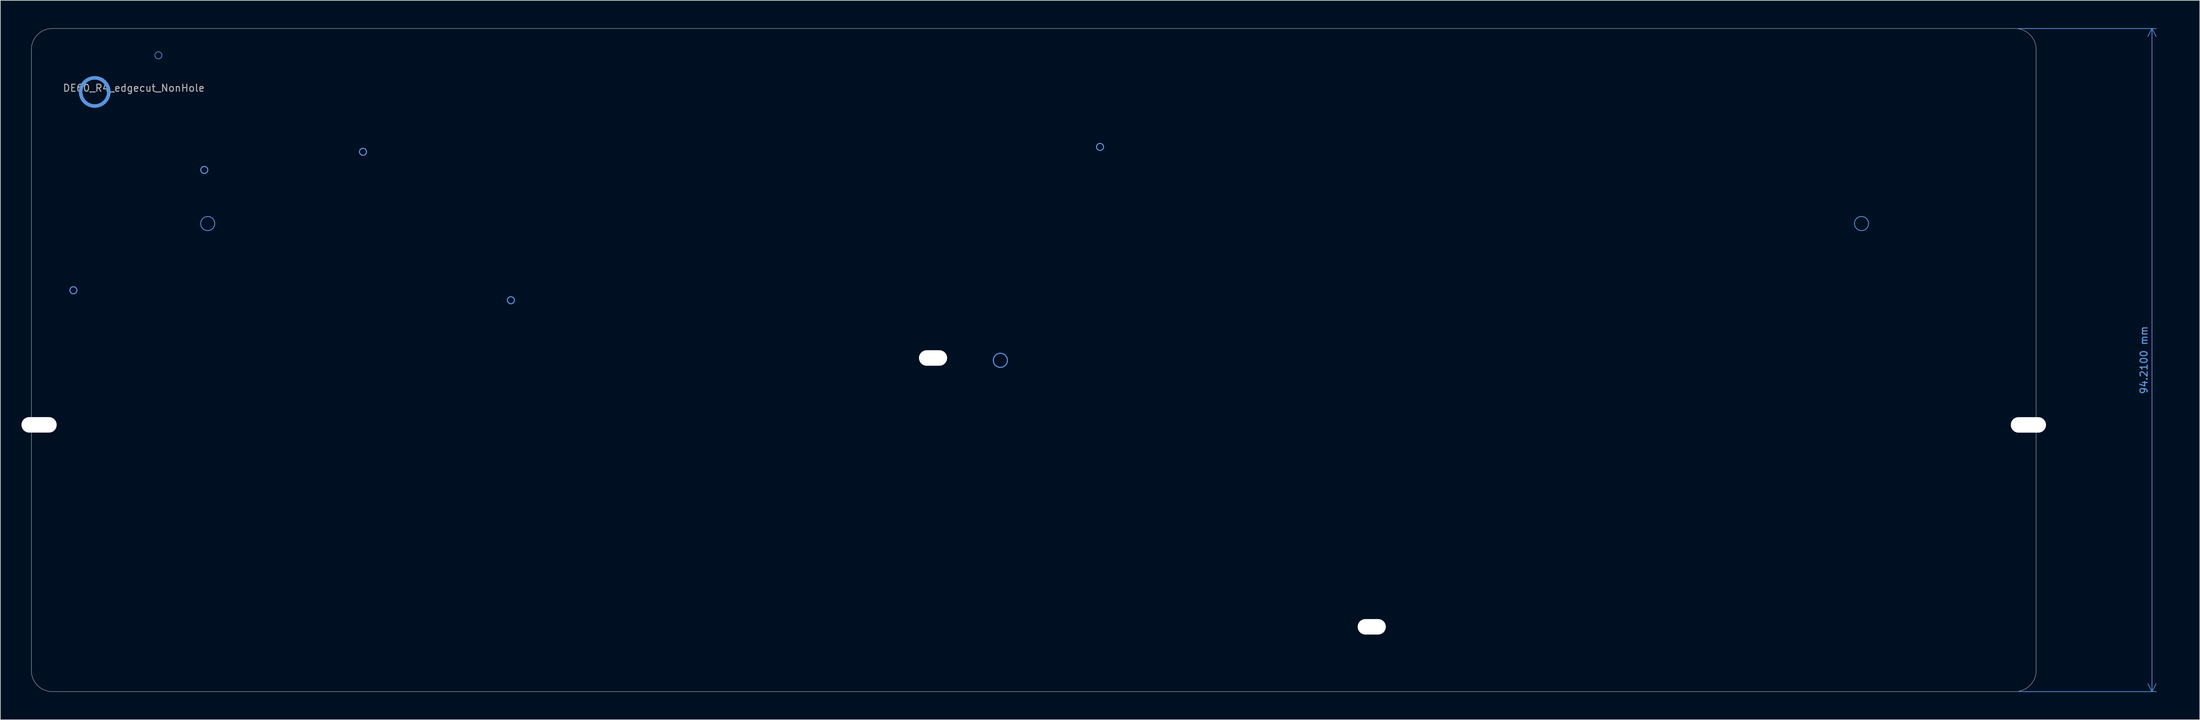
<source format=kicad_pcb>
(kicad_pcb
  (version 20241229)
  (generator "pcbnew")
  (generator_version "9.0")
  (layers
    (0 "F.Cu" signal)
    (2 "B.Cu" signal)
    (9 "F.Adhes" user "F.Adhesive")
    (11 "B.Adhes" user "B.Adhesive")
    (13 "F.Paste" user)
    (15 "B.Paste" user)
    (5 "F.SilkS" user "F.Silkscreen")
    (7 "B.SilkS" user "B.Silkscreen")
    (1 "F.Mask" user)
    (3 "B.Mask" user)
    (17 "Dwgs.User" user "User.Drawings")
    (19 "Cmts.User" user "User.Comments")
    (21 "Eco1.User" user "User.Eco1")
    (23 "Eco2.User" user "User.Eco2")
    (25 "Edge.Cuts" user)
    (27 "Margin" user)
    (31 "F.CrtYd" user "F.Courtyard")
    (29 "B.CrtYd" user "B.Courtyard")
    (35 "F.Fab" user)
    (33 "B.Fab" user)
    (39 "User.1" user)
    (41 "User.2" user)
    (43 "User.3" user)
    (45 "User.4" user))
  (footprint "DE60_R4_edgecut_NonHole"
    (layer "F.Cu")
    (at 10.4 10.01)
    (property "Reference" "DE60_R4_edgecut_NonHole" (at 5.55 -0.55 0) (unlocked yes) (layer "F.Fab") (effects (font (size 1 1) (thickness 0.15))))
    (fp_poly (pts (arc (start -9.000012 82.200002) (mid -8.121331 84.321321) (end -6.000012 85.200002)) (arc (start 272.7 85.200002) (mid 274.82132 84.321321) (end 275.7 82.200002)) (arc (start 275.700006 -6.01) (mid 274.821293 -8.131289) (end 272.700006 -9.01)) (arc (start -6.000006 -9.01) (mid -8.121325 -8.131319) (end -9.000006 -6.01)) (xy -9 82.2)) (stroke (width 2) (type solid)) (fill no) (layer "F.Mask"))
    (fp_circle (center -7.9 47.3) (end -7.9 46.3) (stroke (width 0.1) (type default)) (fill no) (layer "Cmts.User"))
    (fp_circle (center -3.023 28.179) (end -3.023 27.679) (stroke (width 0.15) (type default)) (fill no) (layer "Cmts.User"))
    (fp_circle (center 0 0) (end 2 0) (stroke (width 0.5) (type solid)) (fill no) (layer "Cmts.User"))
    (fp_circle (center 0 0) (end 2 0) (stroke (width 0.5) (type solid)) (fill no) (layer "Cmts.User"))
    (fp_circle (center 9.05 -5.2) (end 9.05 -5.7) (stroke (width 0.1) (type default)) (fill no) (layer "Cmts.User"))
    (fp_circle (center 15.56 11.085) (end 16.06 11.085) (stroke (width 0.15) (type default)) (fill no) (layer "Cmts.User"))
    (fp_circle (center 16.05 18.7) (end 16.05 17.7) (stroke (width 0.1) (type default)) (fill no) (layer "Cmts.User"))
    (fp_circle (center 16.05 18.7) (end 16.05 17.7) (stroke (width 0.1) (type default)) (fill no) (layer "Cmts.User"))
    (fp_circle (center 38.1 8.505) (end 38.6 8.505) (stroke (width 0.15) (type default)) (fill no) (layer "Cmts.User"))
    (fp_circle (center 59.102 29.595) (end 59.602 29.595) (stroke (width 0.15) (type default)) (fill no) (layer "Cmts.User"))
    (fp_circle (center 119.05 37.8) (end 119.05 36.8) (stroke (width 0.1) (type default)) (fill no) (layer "Cmts.User"))
    (fp_circle (center 128.61 38.13) (end 129.61 38.13) (stroke (width 0.15) (type default)) (fill no) (layer "Cmts.User"))
    (fp_circle (center 142.768 7.809) (end 142.768 7.309) (stroke (width 0.15) (type default)) (fill no) (layer "Cmts.User"))
    (fp_circle (center 181.35 75.991) (end 181.35 74.991) (stroke (width 0.1) (type default)) (fill no) (layer "Cmts.User"))
    (fp_circle (center 250.9 18.7) (end 250.9 17.7) (stroke (width 0.1) (type default)) (fill no) (layer "Cmts.User"))
    (fp_circle (center 250.9 18.7) (end 250.9 17.7) (stroke (width 0.1) (type default)) (fill no) (layer "Cmts.User"))
    (fp_circle (center 274.6 47.308) (end 274.6 46.308) (stroke (width 0.1) (type default)) (fill no) (layer "Cmts.User"))
    (fp_line (start -9 -6.01) (end -9 82.2) (stroke (width 0.05) (type solid)) (layer "Edge.Cuts"))
    (fp_line (start 272.7 85.2) (end -6 85.2) (stroke (width 0.05) (type default)) (layer "Edge.Cuts"))
    (fp_line (start 272.7 -9.01) (end -6 -9.01) (stroke (width 0.05) (type default)) (layer "Edge.Cuts"))
    (fp_line (start 275.7 -6.01) (end 275.7 82.2) (stroke (width 0.05) (type solid)) (layer "Edge.Cuts"))
    (fp_arc (start -9.000006 -6.01) (mid -8.121325 -8.131319) (end -6.000006 -9.01) (stroke (width 0.05) (type solid)) (layer "Edge.Cuts"))
    (fp_arc (start -6.000012 85.200002) (mid -8.12133 84.321321) (end -9.000012 82.200002) (stroke (width 0.05) (type solid)) (layer "Edge.Cuts"))
    (fp_arc (start 272.700006 -9.01) (mid 274.821297 -8.131291) (end 275.700006 -6.01) (stroke (width 0.05) (type solid)) (layer "Edge.Cuts"))
    (fp_arc (start 275.7 82.200002) (mid 274.821326 84.32133) (end 272.7 85.200002) (stroke (width 0.05) (type solid)) (layer "Edge.Cuts"))
    (dimension (type aligned) (layer "Cmts.User") (pts (xy 283.1 1) (xy 283.1 95.21)) (height -19.451) (format (prefix "") (suffix "") (units 3) (units_format 1) (precision 4)) (style (thickness 0.1) (arrow_length 1.27) (text_position_mode 0) (arrow_direction outward) (extension_height 0.586) (extension_offset 0.5) (keep_text_aligned yes)) (gr_text "94.2100 mm" (at 301.401 48.105 90) (layer "Cmts.User") (effects (font (size 1 1) (thickness 0.15)))))
    (pad "" np_thru_hole oval (at -7.9 47.3 180) (size 5 2.2) (drill oval 5 2.2) (layers "*.Cu" "*.Mask"))
    (pad "" np_thru_hole oval (at 119.05 37.8) (size 4 2.2) (drill oval 4 2.2) (layers "*.Cu" "*.Mask"))
    (pad "" np_thru_hole oval (at 181.35 75.991) (size 4 2.2) (drill oval 4 2.2) (layers "*.Cu" "*.Mask"))
    (pad "" np_thru_hole oval (at 274.6 47.308) (size 5 2.2) (drill oval 5 2.2) (layers "*.Cu" "*.Mask"))
    (zone (net_name "") (layers "F.Cu" "B.Cu" "Edge.Cuts") (hatch edge 0.5) (connect_pads) (min_thickness 0.25) (filled_areas_thickness no) (keepout (tracks allowed) (vias allowed) (pads allowed) (copperpour not_allowed) (footprints allowed)) (placement (enabled no)) (fill) (polygon (pts (arc (start 7.875076 54.718023) (mid 7.757919 54.43518) (end 7.475076 54.318023)) (arc (start 3.400006 54.318023) (mid 1.985792 53.732237) (end 1.400006 52.318023)) (arc (start 1.4 62.318024) (mid 1.985786 60.90381) (end 3.4 60.318024)) (arc (start 7.475076 60.318024) (mid 7.757919 60.200867) (end 7.875076 59.918024)))))
    (zone (net_name "") (layers "F.Cu" "B.Cu" "Edge.Cuts") (hatch edge 0.5) (connect_pads) (min_thickness 0.25) (filled_areas_thickness no) (keepout (tracks allowed) (vias allowed) (pads allowed) (copperpour not_allowed) (footprints allowed)) (placement (enabled no)) (fill) (polygon (pts (arc (start 279.624936 59.910001) (mid 279.742093 60.192844) (end 280.024936 60.310001)) (arc (start 284.100006 60.310001) (mid 285.51422 60.895787) (end 286.100006 62.310001)) (arc (start 286.100012 52.31) (mid 285.514226 53.724214) (end 284.100012 54.31)) (arc (start 280.024936 54.31) (mid 279.742093 54.427157) (end 279.624936 54.71)))))
    (zone (net_name "") (layers "F.Cu" "B.Cu" "Edge.Cuts") (hatch edge 0.5) (connect_pads) (min_thickness 0.25) (filled_areas_thickness no) (keepout (tracks allowed) (vias allowed) (pads allowed) (copperpour not_allowed) (footprints allowed)) (placement (enabled no)) (fill) (polygon (pts (arc (start 28.750007 35.359708) (mid 29.03285 35.242551) (end 29.150007 34.959708)) (arc (start 29.150006 28.710312) (mid 26.450007 26.010313) (end 23.750008 28.710312)) (arc (start 23.750007 34.959708) (mid 23.867164 35.242551) (end 24.150007 35.359708)))))
    (zone (net_name "") (layers "F.Cu" "B.Cu" "Edge.Cuts") (hatch edge 0.5) (connect_pads) (min_thickness 0.25) (filled_areas_thickness no) (keepout (tracks allowed) (vias allowed) (pads allowed) (copperpour not_allowed) (footprints allowed)) (placement (enabled no)) (fill) (polygon (pts (arc (start 263.600007 35.359708) (mid 263.88285 35.242551) (end 264.000007 34.959708)) (arc (start 264.000006 28.710312) (mid 261.300007 26.010313) (end 258.600008 28.710312)) (arc (start 258.600007 34.959708) (mid 258.717164 35.242551) (end 259.000007 35.359708)))))
    (zone (net_name "") (layers "F.Cu" "B.Cu" "Edge.Cuts") (hatch edge 0.5) (connect_pads) (min_thickness 0.25) (filled_areas_thickness no) (keepout (tracks allowed) (vias allowed) (pads allowed) (copperpour not_allowed) (footprints allowed)) (placement (enabled no)) (fill) (polygon (pts (arc (start 5.247561 38.224851) (mid 3.232549 39.892365) (end 1.733324 42.035542)) (arc (start 1.733324 42.035542) (mid 1.48452 42.702802) (end 1.399994 43.409905)) (arc (start 1.399994 28.710096) (mid 1.484517 29.4172) (end 1.733324 30.084459)) (arc (start 1.733324 30.084459) (mid 3.232551 32.227633) (end 5.247561 33.895149)) (arc (start 5.247561 33.895149) (mid 6.449999 36.06) (end 5.247561 38.224851)))))
    (zone (net_name "") (layers "F.Cu" "B.Cu" "Edge.Cuts") (hatch edge 0.5) (connect_pads) (min_thickness 0.25) (filled_areas_thickness no) (keepout (tracks allowed) (vias allowed) (pads allowed) (copperpour not_allowed) (footprints allowed)) (placement (enabled no)) (fill) (polygon (pts (arc (start 285.766675 42.035542) (mid 286.0155 42.702797) (end 286.100006 43.409905)) (arc (start 286.100006 28.710096) (mid 286.015489 29.417203) (end 285.766675 30.084459)) (arc (start 285.766675 30.084459) (mid 284.26746 32.227645) (end 282.252439 33.895149)) (arc (start 282.252439 33.895149) (mid 281.050003 36.06) (end 282.252439 38.224851)) (arc (start 282.252439 38.224851) (mid 284.267471 39.892349) (end 285.766675 42.035542))))))
  (gr_rect
    (start -3 -3)
    (end 309.336 99.21)
    (stroke (width 0.1) (type default))
    (fill no)
    (layer "Edge.Cuts")))
</source>
